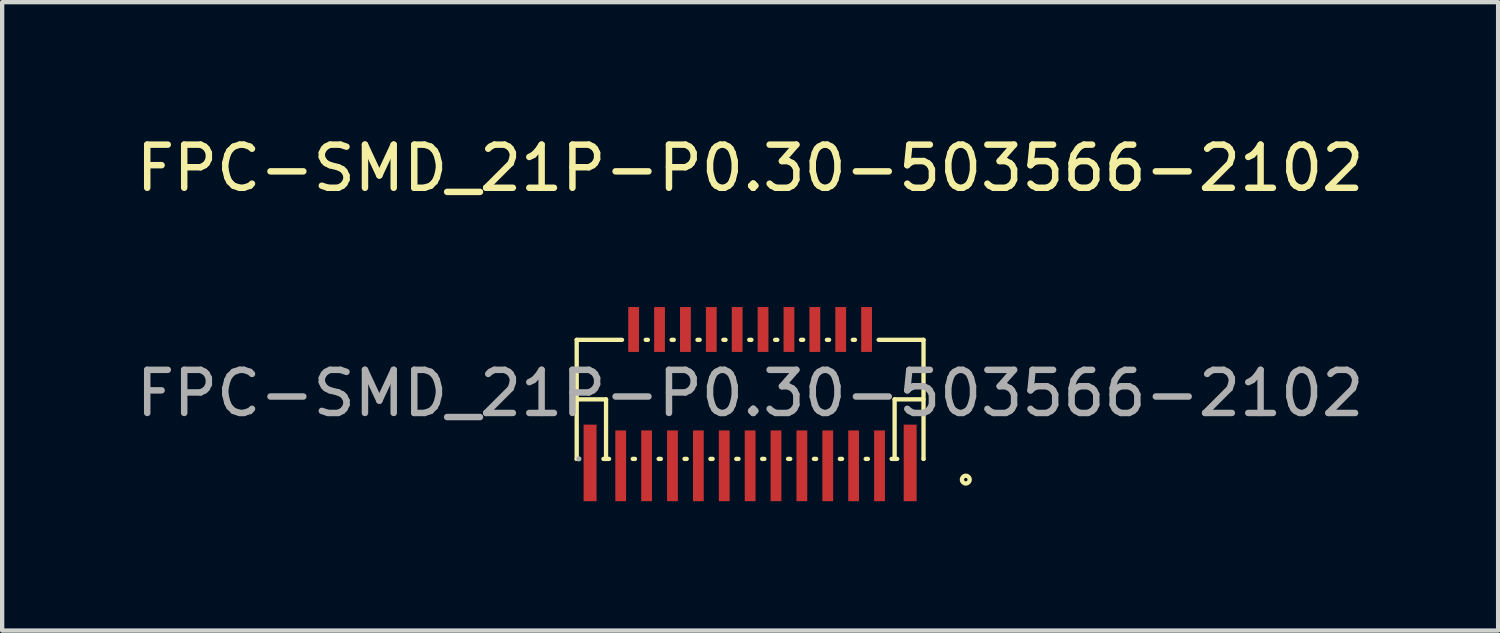
<source format=kicad_pcb>
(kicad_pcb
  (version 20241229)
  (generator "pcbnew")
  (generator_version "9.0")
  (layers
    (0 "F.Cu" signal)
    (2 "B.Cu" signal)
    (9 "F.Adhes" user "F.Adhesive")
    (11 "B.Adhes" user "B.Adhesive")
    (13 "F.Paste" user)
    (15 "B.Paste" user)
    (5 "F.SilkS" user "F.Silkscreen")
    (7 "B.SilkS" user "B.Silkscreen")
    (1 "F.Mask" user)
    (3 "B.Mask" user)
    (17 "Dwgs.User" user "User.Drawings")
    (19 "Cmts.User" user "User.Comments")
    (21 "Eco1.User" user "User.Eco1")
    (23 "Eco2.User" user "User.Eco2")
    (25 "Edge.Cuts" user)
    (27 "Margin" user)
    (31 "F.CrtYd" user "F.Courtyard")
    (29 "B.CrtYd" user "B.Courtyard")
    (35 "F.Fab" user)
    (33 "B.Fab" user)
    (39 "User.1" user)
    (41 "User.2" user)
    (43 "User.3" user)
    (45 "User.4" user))
  (footprint "FPC-SMD_21P-P0.30-503566-2102"
    (layer "F.Cu")
    (at 14.339 6.068)
    (property "Reference" "FPC-SMD_21P-P0.30-503566-2102" (at 0 -5.22 0) (layer "F.SilkS") (effects (font (size 1 1) (thickness 0.15))))
    (attr through_hole)
    (fp_line (start -4.02 -1.24) (end -4.02 1.52) (stroke (width 0.1) (type solid)) (layer "F.SilkS"))
    (fp_line (start -4.02 0.14) (end -3.34 0.14) (stroke (width 0.1) (type solid)) (layer "F.SilkS"))
    (fp_line (start -4.02 1.52) (end -4.01 1.52) (stroke (width 0.1) (type solid)) (layer "F.SilkS"))
    (fp_line (start -3.34 0.14) (end -3.34 1.52) (stroke (width 0.1) (type solid)) (layer "F.SilkS"))
    (fp_line (start -3.27 1.52) (end -3.4 1.52) (stroke (width 0.1) (type solid)) (layer "F.SilkS"))
    (fp_line (start -2.97 -1.24) (end -4.02 -1.24) (stroke (width 0.1) (type solid)) (layer "F.SilkS"))
    (fp_line (start -2.67 1.52) (end -2.72 1.52) (stroke (width 0.1) (type solid)) (layer "F.SilkS"))
    (fp_line (start -2.42 -1.24) (end -2.37 -1.24) (stroke (width 0.1) (type solid)) (layer "F.SilkS"))
    (fp_line (start -2.07 1.52) (end -2.12 1.52) (stroke (width 0.1) (type solid)) (layer "F.SilkS"))
    (fp_line (start -1.82 -1.24) (end -1.77 -1.24) (stroke (width 0.1) (type solid)) (layer "F.SilkS"))
    (fp_line (start -1.47 1.52) (end -1.52 1.52) (stroke (width 0.1) (type solid)) (layer "F.SilkS"))
    (fp_line (start -1.22 -1.24) (end -1.17 -1.24) (stroke (width 0.1) (type solid)) (layer "F.SilkS"))
    (fp_line (start -0.87 1.52) (end -0.92 1.52) (stroke (width 0.1) (type solid)) (layer "F.SilkS"))
    (fp_line (start -0.62 -1.24) (end -0.57 -1.24) (stroke (width 0.1) (type solid)) (layer "F.SilkS"))
    (fp_line (start -0.27 1.52) (end -0.32 1.52) (stroke (width 0.1) (type solid)) (layer "F.SilkS"))
    (fp_line (start -0.02 -1.24) (end 0.03 -1.24) (stroke (width 0.1) (type solid)) (layer "F.SilkS"))
    (fp_line (start 0.33 1.52) (end 0.28 1.52) (stroke (width 0.1) (type solid)) (layer "F.SilkS"))
    (fp_line (start 0.58 -1.24) (end 0.63 -1.24) (stroke (width 0.1) (type solid)) (layer "F.SilkS"))
    (fp_line (start 0.93 1.52) (end 0.88 1.52) (stroke (width 0.1) (type solid)) (layer "F.SilkS"))
    (fp_line (start 1.18 -1.24) (end 1.23 -1.24) (stroke (width 0.1) (type solid)) (layer "F.SilkS"))
    (fp_line (start 1.53 1.52) (end 1.48 1.52) (stroke (width 0.1) (type solid)) (layer "F.SilkS"))
    (fp_line (start 1.78 -1.24) (end 1.83 -1.24) (stroke (width 0.1) (type solid)) (layer "F.SilkS"))
    (fp_line (start 2.13 1.52) (end 2.08 1.52) (stroke (width 0.1) (type solid)) (layer "F.SilkS"))
    (fp_line (start 2.38 -1.24) (end 2.43 -1.24) (stroke (width 0.1) (type solid)) (layer "F.SilkS"))
    (fp_line (start 2.73 1.52) (end 2.68 1.52) (stroke (width 0.1) (type solid)) (layer "F.SilkS"))
    (fp_line (start 2.98 -1.24) (end 4.02 -1.24) (stroke (width 0.1) (type solid)) (layer "F.SilkS"))
    (fp_line (start 3.35 0.14) (end 4.02 0.14) (stroke (width 0.1) (type solid)) (layer "F.SilkS"))
    (fp_line (start 3.35 1.52) (end 3.35 0.14) (stroke (width 0.1) (type solid)) (layer "F.SilkS"))
    (fp_line (start 3.41 1.52) (end 3.28 1.52) (stroke (width 0.1) (type solid)) (layer "F.SilkS"))
    (fp_line (start 4.02 -1.24) (end 4.02 1.52) (stroke (width 0.1) (type solid)) (layer "F.SilkS"))
    (fp_line (start 4.02 1.52) (end 4.02 1.52) (stroke (width 0.1) (type solid)) (layer "F.SilkS"))
    (fp_circle (center 5 2) (end 5.09 2) (stroke (width 0.1) (type solid)) (fill no) (layer "F.SilkS"))
    (fp_circle (center -3.97 1.52) (end -3.94 1.52) (stroke (width 0.06) (type solid)) (fill no) (layer "F.Fab"))
    (fp_text user "${REFERENCE}" (at 0 0 0) (layer "F.Fab") (effects (font (size 1 1) (thickness 0.15))))
    (pad "0" smd rect (at -3.71 1.613) (size 0.3 1.775) (layers "F.Cu" "F.Mask" "F.Paste"))
    (pad "0" smd rect (at 3.71 1.613) (size 0.3 1.775) (layers "F.Cu" "F.Mask" "F.Paste"))
    (pad "1" smd rect (at 3 1.68) (size 0.25 1.64) (layers "F.Cu" "F.Mask" "F.Paste"))
    (pad "2" smd rect (at 2.7 -1.48) (size 0.25 1.04) (layers "F.Cu" "F.Mask" "F.Paste"))
    (pad "3" smd rect (at 2.4 1.68) (size 0.25 1.64) (layers "F.Cu" "F.Mask" "F.Paste"))
    (pad "4" smd rect (at 2.1 -1.48) (size 0.25 1.04) (layers "F.Cu" "F.Mask" "F.Paste"))
    (pad "5" smd rect (at 1.8 1.68) (size 0.25 1.64) (layers "F.Cu" "F.Mask" "F.Paste"))
    (pad "6" smd rect (at 1.5 -1.48) (size 0.25 1.04) (layers "F.Cu" "F.Mask" "F.Paste"))
    (pad "7" smd rect (at 1.2 1.68) (size 0.25 1.64) (layers "F.Cu" "F.Mask" "F.Paste"))
    (pad "8" smd rect (at 0.9 -1.48) (size 0.25 1.04) (layers "F.Cu" "F.Mask" "F.Paste"))
    (pad "9" smd rect (at 0.6 1.68) (size 0.25 1.64) (layers "F.Cu" "F.Mask" "F.Paste"))
    (pad "10" smd rect (at 0.3 -1.48) (size 0.25 1.04) (layers "F.Cu" "F.Mask" "F.Paste"))
    (pad "11" smd rect (at 0 1.68) (size 0.25 1.64) (layers "F.Cu" "F.Mask" "F.Paste"))
    (pad "12" smd rect (at -0.3 -1.48) (size 0.25 1.04) (layers "F.Cu" "F.Mask" "F.Paste"))
    (pad "13" smd rect (at -0.6 1.68) (size 0.25 1.64) (layers "F.Cu" "F.Mask" "F.Paste"))
    (pad "14" smd rect (at -0.9 -1.48) (size 0.25 1.04) (layers "F.Cu" "F.Mask" "F.Paste"))
    (pad "15" smd rect (at -1.2 1.68) (size 0.25 1.64) (layers "F.Cu" "F.Mask" "F.Paste"))
    (pad "16" smd rect (at -1.5 -1.48) (size 0.25 1.04) (layers "F.Cu" "F.Mask" "F.Paste"))
    (pad "17" smd rect (at -1.8 1.68) (size 0.25 1.64) (layers "F.Cu" "F.Mask" "F.Paste"))
    (pad "18" smd rect (at -2.1 -1.48) (size 0.25 1.04) (layers "F.Cu" "F.Mask" "F.Paste"))
    (pad "19" smd rect (at -2.4 1.68) (size 0.25 1.64) (layers "F.Cu" "F.Mask" "F.Paste"))
    (pad "20" smd rect (at -2.7 -1.48) (size 0.25 1.04) (layers "F.Cu" "F.Mask" "F.Paste"))
    (pad "21" smd rect (at -3 1.68) (size 0.25 1.64) (layers "F.Cu" "F.Mask" "F.Paste")))
  (gr_rect
    (start -3 -3)
    (end 31.679 11.568)
    (stroke (width 0.1) (type default))
    (fill no)
    (layer "Edge.Cuts")))
</source>
